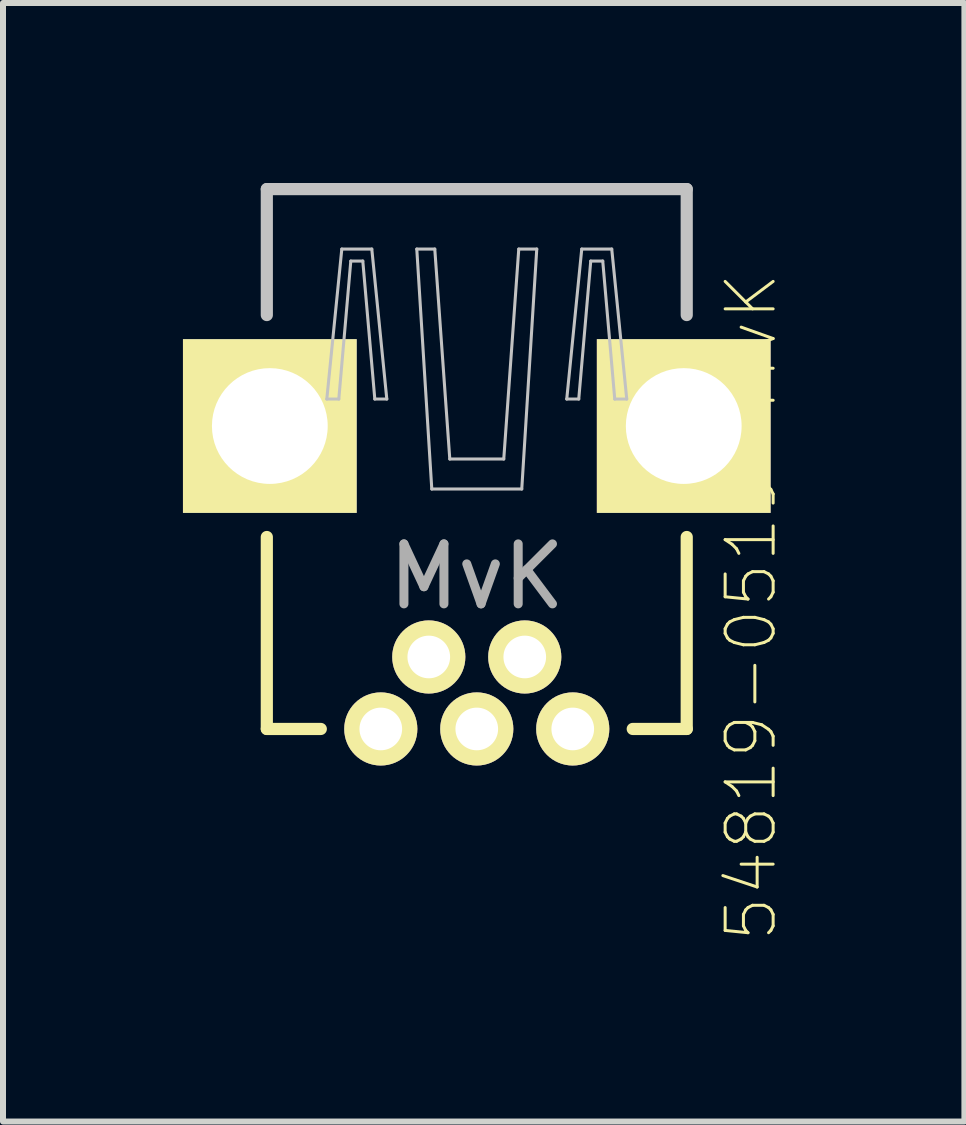
<source format=kicad_pcb>
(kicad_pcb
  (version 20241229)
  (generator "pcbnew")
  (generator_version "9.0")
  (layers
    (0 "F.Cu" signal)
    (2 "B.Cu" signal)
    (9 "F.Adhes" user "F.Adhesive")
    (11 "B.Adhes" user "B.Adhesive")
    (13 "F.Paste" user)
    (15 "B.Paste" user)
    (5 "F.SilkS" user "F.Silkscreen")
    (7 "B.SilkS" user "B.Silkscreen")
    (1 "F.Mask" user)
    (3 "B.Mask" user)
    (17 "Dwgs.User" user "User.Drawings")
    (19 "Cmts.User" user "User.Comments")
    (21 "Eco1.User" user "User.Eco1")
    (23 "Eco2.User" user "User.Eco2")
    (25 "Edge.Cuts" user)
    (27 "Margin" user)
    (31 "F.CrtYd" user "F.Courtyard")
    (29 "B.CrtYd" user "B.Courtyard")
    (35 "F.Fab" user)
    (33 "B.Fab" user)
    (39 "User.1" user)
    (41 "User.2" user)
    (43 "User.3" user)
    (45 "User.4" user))
  (footprint "54819-0519-MvK"
    (layer "F.Cu")
    (at 4.898 9.102)
    (property "Reference" "54819-0519-MvK" (at 4.573 -2.032 90) (layer "F.SilkS") (effects (font (size 0.8 0.8) (thickness 0.05))))
    (attr through_hole)
    (fp_line (start -3.5 -3.2) (end -3.5 0) (stroke (width 0.203) (type solid)) (layer "F.SilkS"))
    (fp_line (start -3.5 0) (end -2.6 0) (stroke (width 0.203) (type solid)) (layer "F.SilkS"))
    (fp_line (start 2.6 0) (end 3.5 0) (stroke (width 0.203) (type solid)) (layer "F.SilkS"))
    (fp_line (start 3.5 0) (end 3.5 -3.2) (stroke (width 0.203) (type solid)) (layer "F.SilkS"))
    (fp_line (start -3.5 -9) (end -3.5 -6.9) (stroke (width 0.203) (type solid)) (layer "Dwgs.User"))
    (fp_line (start -3.5 -9) (end 3.5 -9) (stroke (width 0.203) (type solid)) (layer "Dwgs.User"))
    (fp_line (start -2.5 -5.5) (end -2.3 -5.5) (stroke (width 0.051) (type solid)) (layer "Dwgs.User"))
    (fp_line (start -2.3 -5.5) (end -2.1 -7.8) (stroke (width 0.051) (type solid)) (layer "Dwgs.User"))
    (fp_line (start -2.25 -8) (end -2.5 -5.5) (stroke (width 0.051) (type solid)) (layer "Dwgs.User"))
    (fp_line (start -2.25 -8) (end -1.75 -8) (stroke (width 0.051) (type solid)) (layer "Dwgs.User"))
    (fp_line (start -2.1 -7.8) (end -1.9 -7.8) (stroke (width 0.051) (type solid)) (layer "Dwgs.User"))
    (fp_line (start -1.9 -7.8) (end -1.7 -5.5) (stroke (width 0.051) (type solid)) (layer "Dwgs.User"))
    (fp_line (start -1.75 -8) (end -1.5 -5.5) (stroke (width 0.051) (type solid)) (layer "Dwgs.User"))
    (fp_line (start -1.7 -5.5) (end -1.5 -5.5) (stroke (width 0.051) (type solid)) (layer "Dwgs.User"))
    (fp_line (start -0.75 -4) (end -1 -8) (stroke (width 0.051) (type solid)) (layer "Dwgs.User"))
    (fp_line (start -0.75 -4) (end 0.75 -4) (stroke (width 0.051) (type solid)) (layer "Dwgs.User"))
    (fp_line (start -0.7 -8) (end -1 -8) (stroke (width 0.051) (type solid)) (layer "Dwgs.User"))
    (fp_line (start -0.7 -8) (end -0.45 -4.5) (stroke (width 0.051) (type solid)) (layer "Dwgs.User"))
    (fp_line (start -0.45 -4.5) (end 0.45 -4.5) (stroke (width 0.051) (type solid)) (layer "Dwgs.User"))
    (fp_line (start 0.45 -4.5) (end 0.7 -8) (stroke (width 0.051) (type solid)) (layer "Dwgs.User"))
    (fp_line (start 0.7 -8) (end 1 -8) (stroke (width 0.051) (type solid)) (layer "Dwgs.User"))
    (fp_line (start 0.75 -4) (end 1 -8) (stroke (width 0.051) (type solid)) (layer "Dwgs.User"))
    (fp_line (start 1.5 -5.5) (end 1.7 -5.5) (stroke (width 0.051) (type solid)) (layer "Dwgs.User"))
    (fp_line (start 1.7 -5.5) (end 1.9 -7.8) (stroke (width 0.051) (type solid)) (layer "Dwgs.User"))
    (fp_line (start 1.75 -8) (end 1.5 -5.5) (stroke (width 0.051) (type solid)) (layer "Dwgs.User"))
    (fp_line (start 1.75 -8) (end 2.25 -8) (stroke (width 0.051) (type solid)) (layer "Dwgs.User"))
    (fp_line (start 1.9 -7.8) (end 2.1 -7.8) (stroke (width 0.051) (type solid)) (layer "Dwgs.User"))
    (fp_line (start 2.1 -7.8) (end 2.3 -5.5) (stroke (width 0.051) (type solid)) (layer "Dwgs.User"))
    (fp_line (start 2.25 -8) (end 2.5 -5.5) (stroke (width 0.051) (type solid)) (layer "Dwgs.User"))
    (fp_line (start 2.3 -5.5) (end 2.5 -5.5) (stroke (width 0.051) (type solid)) (layer "Dwgs.User"))
    (fp_line (start 3.5 -9) (end 3.5 -6.9) (stroke (width 0.203) (type solid)) (layer "Dwgs.User"))
    (fp_text user "MvK" (at 0 -2.54 0) (layer "F.Fab") (effects (font (size 1 1) (thickness 0.15))))
    (pad "1" thru_hole oval (at 1.6 0 270) (size 1.219 1.219) (drill 0.711) (layers "*.Cu" "*.Mask" "F.SilkS"))
    (pad "2" thru_hole oval (at 0.8 -1.2 90) (size 1.219 1.219) (drill 0.711) (layers "*.Cu" "*.Mask" "F.SilkS"))
    (pad "3" thru_hole oval (at 0 0 270) (size 1.219 1.219) (drill 0.711) (layers "*.Cu" "*.Mask" "F.SilkS"))
    (pad "4" thru_hole oval (at -0.8 -1.2 90) (size 1.219 1.219) (drill 0.711) (layers "*.Cu" "*.Mask" "F.SilkS"))
    (pad "5" thru_hole oval (at -1.6 0 270) (size 1.219 1.219) (drill 0.711) (layers "*.Cu" "*.Mask" "F.SilkS"))
    (pad "S1" thru_hole rect (at -3.45 -5.05) (size 2.896 2.896) (drill 1.93) (layers "*.Cu" "*.Mask" "F.SilkS"))
    (pad "S2" thru_hole rect (at 3.45 -5.05) (size 2.896 2.896) (drill 1.93) (layers "*.Cu" "*.Mask" "F.SilkS")))
  (gr_rect
    (start -3 -3)
    (end 13.027 15.646)
    (stroke (width 0.1) (type default))
    (fill no)
    (layer "Edge.Cuts")))
</source>
